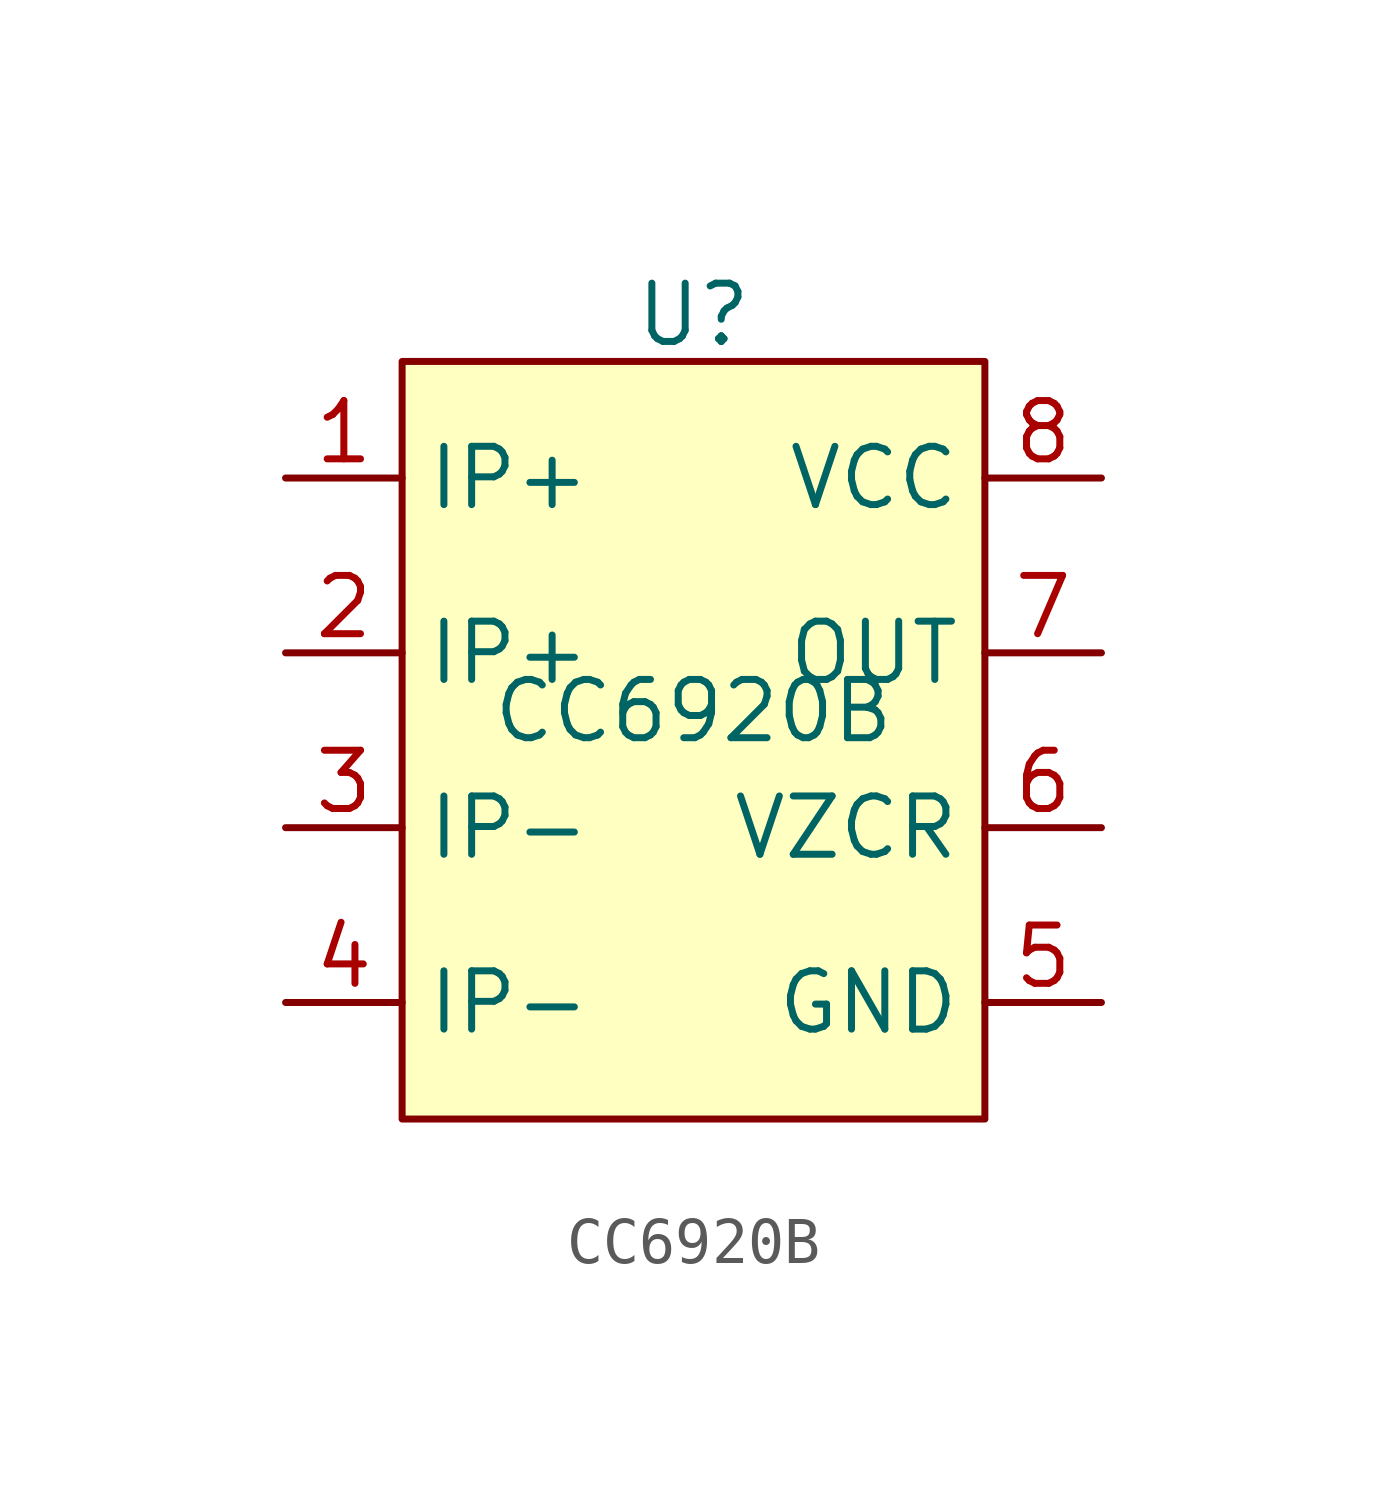
<source format=kicad_sym>
(kicad_symbol_lib
  (version 20231120)
  (generator "kicad_symbol_editor")
  (generator_version "8.0")
  (symbol "CC6920B"
    (property "Reference" "U"
      (at 0 8.636 0)
      (effects (font (size 1.27 1.27))))
    (property "Value" "CC6920B"
      (at 0 0 0)
      (effects (font (size 1.27 1.27))))
    (symbol "CC6920B_1_1"
      (rectangle (start -6.35 7.62) (end 6.35 -8.89) (stroke (width 0) (type default)) (fill (type background)))
      (pin input line (at -8.89 5.08 0) (length 2.54) (name "IP+" (effects (font (size 1.27 1.27)))) (number "1" (effects (font (size 1.27 1.27)))))
      (pin input line (at -8.89 1.27 0) (length 2.54) (name "IP+" (effects (font (size 1.27 1.27)))) (number "2" (effects (font (size 1.27 1.27)))))
      (pin input line (at -8.89 -2.54 0) (length 2.54) (name "IP-" (effects (font (size 1.27 1.27)))) (number "3" (effects (font (size 1.27 1.27)))))
      (pin input line (at -8.89 -6.35 0) (length 2.54) (name "IP-" (effects (font (size 1.27 1.27)))) (number "4" (effects (font (size 1.27 1.27)))))
      (pin power_in line (at 8.89 -6.35 180) (length 2.54) (name "GND" (effects (font (size 1.27 1.27)))) (number "5" (effects (font (size 1.27 1.27)))))
      (pin input line (at 8.89 -2.54 180) (length 2.54) (name "VZCR" (effects (font (size 1.27 1.27)))) (number "6" (effects (font (size 1.27 1.27)))))
      (pin bidirectional line (at 8.89 1.27 180) (length 2.54) (name "OUT" (effects (font (size 1.27 1.27)))) (number "7" (effects (font (size 1.27 1.27)))))
      (pin power_in line (at 8.89 5.08 180) (length 2.54) (name "VCC" (effects (font (size 1.27 1.27)))) (number "8" (effects (font (size 1.27 1.27))))))))
</source>
